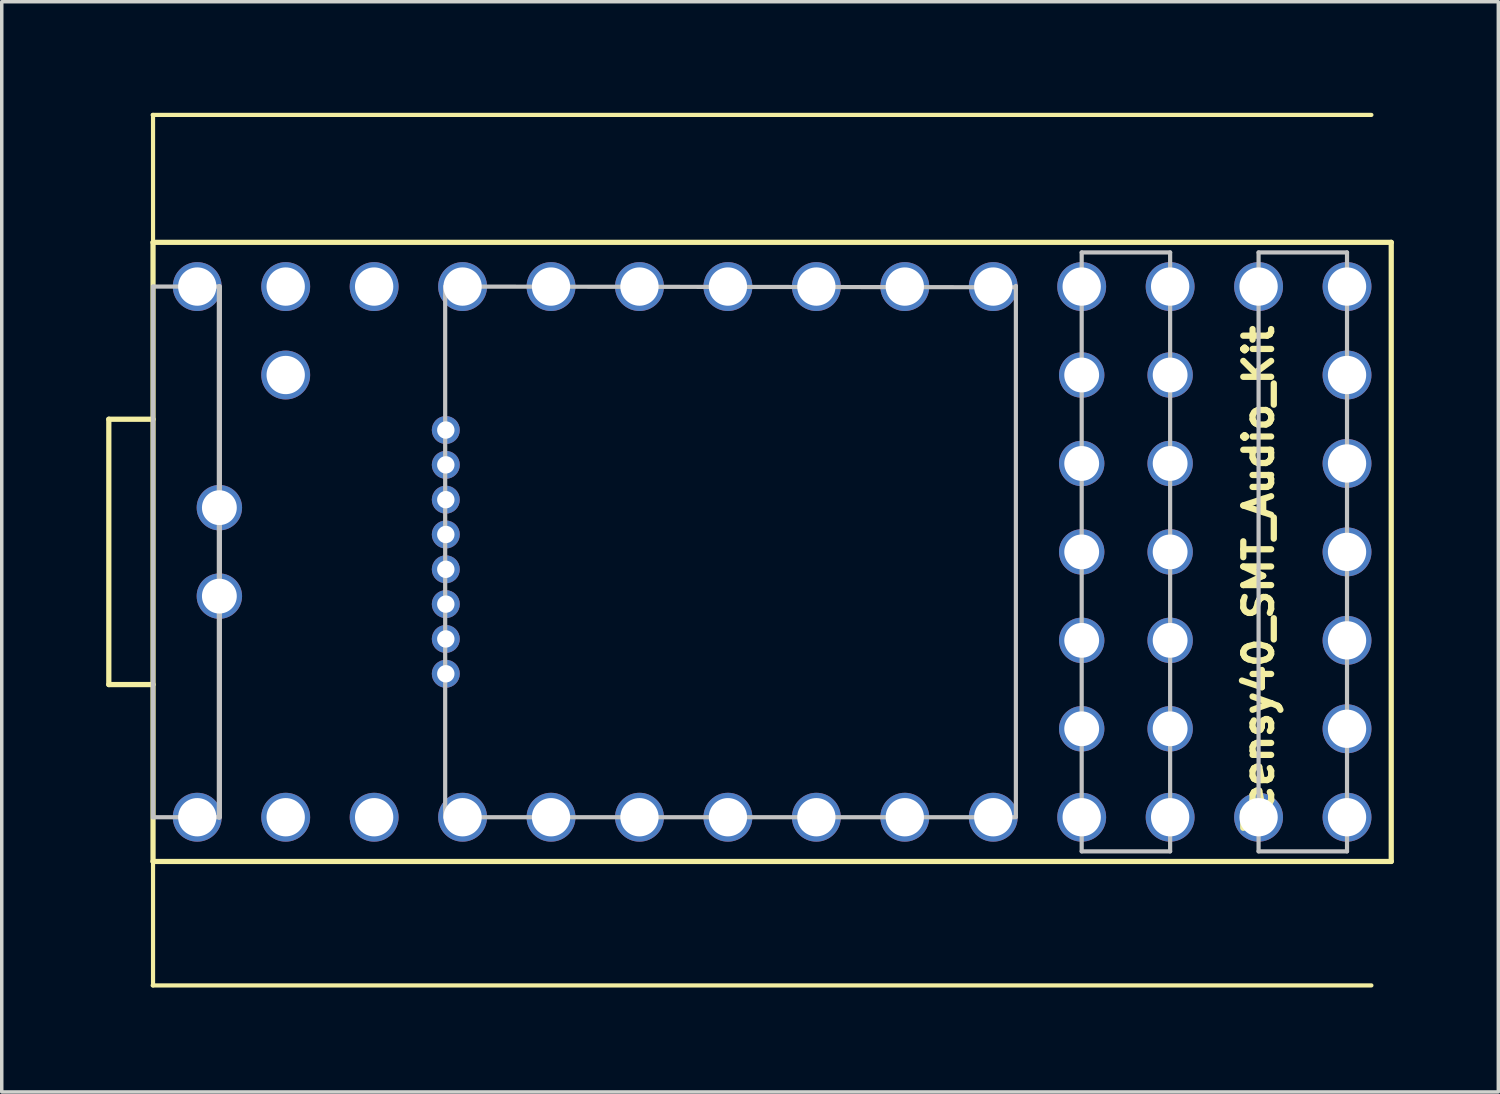
<source format=kicad_pcb>
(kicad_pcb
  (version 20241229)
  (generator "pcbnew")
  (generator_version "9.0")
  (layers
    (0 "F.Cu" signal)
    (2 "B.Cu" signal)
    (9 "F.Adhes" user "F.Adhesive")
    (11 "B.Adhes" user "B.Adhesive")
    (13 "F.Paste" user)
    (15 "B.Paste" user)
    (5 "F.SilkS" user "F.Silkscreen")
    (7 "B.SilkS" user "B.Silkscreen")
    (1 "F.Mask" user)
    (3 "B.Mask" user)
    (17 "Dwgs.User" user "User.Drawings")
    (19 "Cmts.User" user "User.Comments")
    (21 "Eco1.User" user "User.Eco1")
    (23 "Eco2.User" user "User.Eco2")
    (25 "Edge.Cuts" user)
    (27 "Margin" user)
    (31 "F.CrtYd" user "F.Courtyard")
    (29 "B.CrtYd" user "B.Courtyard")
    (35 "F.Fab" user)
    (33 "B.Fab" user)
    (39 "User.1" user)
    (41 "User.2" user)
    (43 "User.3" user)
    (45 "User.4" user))
  (footprint "Teensy40_SMT_Audio_Kit"
    (layer "F.Cu")
    (at 1.335 0.25)
    (property "Reference" "Teensy40_SMT_Audio_Kit" (at 31.76 13.312 90) (layer "F.SilkS") (effects (font (size 0.8 0.8) (thickness 0.18))))
    (attr through_hole)
    (fp_line (start -1.26 8.74) (end -1.26 16.36) (stroke (width 0.15) (type solid)) (layer "F.SilkS"))
    (fp_line (start -1.26 16.36) (end 0.01 16.36) (stroke (width 0.15) (type solid)) (layer "F.SilkS"))
    (fp_line (start 0 0) (end 35 0) (stroke (width 0.12) (type solid)) (layer "F.SilkS"))
    (fp_line (start 0 25) (end 35 25) (stroke (width 0.12) (type solid)) (layer "F.SilkS"))
    (fp_line (start 0.01 3.66) (end 0.01 0) (stroke (width 0.12) (type solid)) (layer "F.SilkS"))
    (fp_line (start 0.01 3.66) (end 0.01 21.44) (stroke (width 0.15) (type solid)) (layer "F.SilkS"))
    (fp_line (start 0.01 8.74) (end -1.26 8.74) (stroke (width 0.15) (type solid)) (layer "F.SilkS"))
    (fp_line (start 0.01 21.44) (end 35.57 21.44) (stroke (width 0.15) (type solid)) (layer "F.SilkS"))
    (fp_line (start 0.01 25) (end 0.01 21.44) (stroke (width 0.12) (type solid)) (layer "F.SilkS"))
    (fp_line (start 35.57 3.66) (end 0.01 3.66) (stroke (width 0.15) (type solid)) (layer "F.SilkS"))
    (fp_line (start 35.57 21.44) (end 35.57 3.66) (stroke (width 0.15) (type solid)) (layer "F.SilkS"))
    (fp_line (start 0.01 4.93) (end 0.01 20.17) (stroke (width 0.12) (type solid)) (layer "Dwgs.User"))
    (fp_line (start 0.01 4.93) (end 1.915 4.93) (stroke (width 0.12) (type solid)) (layer "Dwgs.User"))
    (fp_line (start 0.01 20.17) (end 1.915 20.17) (stroke (width 0.12) (type solid)) (layer "Dwgs.User"))
    (fp_line (start 1.915 4.93) (end 1.915 20.17) (stroke (width 0.15) (type solid)) (layer "Dwgs.User"))
    (fp_line (start 8.4 4.93) (end 8.4 20.17) (stroke (width 0.12) (type solid)) (layer "Dwgs.User"))
    (fp_line (start 8.4 4.93) (end 24.79 4.95) (stroke (width 0.12) (type solid)) (layer "Dwgs.User"))
    (fp_line (start 8.4 20.17) (end 24.79 20.17) (stroke (width 0.12) (type solid)) (layer "Dwgs.User"))
    (fp_line (start 24.79 4.91) (end 24.79 20.15) (stroke (width 0.12) (type solid)) (layer "Dwgs.User"))
    (fp_line (start 26.68 3.95) (end 26.68 21.15) (stroke (width 0.12) (type solid)) (layer "Dwgs.User"))
    (fp_line (start 26.68 21.15) (end 29.22 21.15) (stroke (width 0.12) (type solid)) (layer "Dwgs.User"))
    (fp_line (start 29.22 3.95) (end 26.68 3.95) (stroke (width 0.12) (type solid)) (layer "Dwgs.User"))
    (fp_line (start 29.22 21.15) (end 29.22 3.95) (stroke (width 0.12) (type solid)) (layer "Dwgs.User"))
    (fp_line (start 31.76 3.95) (end 34.3 3.95) (stroke (width 0.12) (type solid)) (layer "Dwgs.User"))
    (fp_line (start 31.76 21.15) (end 31.76 3.95) (stroke (width 0.12) (type solid)) (layer "Dwgs.User"))
    (fp_line (start 34.3 3.95) (end 34.3 21.15) (stroke (width 0.12) (type solid)) (layer "Dwgs.User"))
    (fp_line (start 34.3 21.15) (end 31.76 21.15) (stroke (width 0.12) (type solid)) (layer "Dwgs.User"))
    (fp_poly (pts (xy 0.518 11.788) (xy 3.058 11.788) (xy 3.058 10.772) (xy 0.518 10.772)) (stroke (width 0.1) (type solid)) (fill no) (layer "Eco1.User"))
    (fp_poly (pts (xy 0.518 14.328) (xy 3.058 14.328) (xy 3.058 13.312) (xy 0.518 13.312)) (stroke (width 0.1) (type solid)) (fill no) (layer "Eco1.User"))
    (fp_poly (pts (xy 8.29 8.8) (xy 10.29 8.8) (xy 10.29 9.3) (xy 8.29 9.3)) (stroke (width 0.1) (type solid)) (fill no) (layer "Eco1.User"))
    (fp_poly (pts (xy 8.29 9.8) (xy 10.29 9.8) (xy 10.29 10.3) (xy 8.29 10.3)) (stroke (width 0.1) (type solid)) (fill no) (layer "Eco1.User"))
    (fp_poly (pts (xy 8.29 10.8) (xy 10.29 10.8) (xy 10.29 11.3) (xy 8.29 11.3)) (stroke (width 0.1) (type solid)) (fill no) (layer "Eco1.User"))
    (fp_poly (pts (xy 8.29 11.8) (xy 10.29 11.8) (xy 10.29 12.3) (xy 8.29 12.3)) (stroke (width 0.1) (type solid)) (fill no) (layer "Eco1.User"))
    (fp_poly (pts (xy 8.29 12.8) (xy 10.29 12.8) (xy 10.29 13.3) (xy 8.29 13.3)) (stroke (width 0.1) (type solid)) (fill no) (layer "Eco1.User"))
    (fp_poly (pts (xy 8.29 13.8) (xy 10.29 13.8) (xy 10.29 14.3) (xy 8.29 14.3)) (stroke (width 0.1) (type solid)) (fill no) (layer "Eco1.User"))
    (fp_poly (pts (xy 8.29 14.8) (xy 10.29 14.8) (xy 10.29 15.3) (xy 8.29 15.3)) (stroke (width 0.1) (type solid)) (fill no) (layer "Eco1.User"))
    (fp_poly (pts (xy 8.29 15.8) (xy 10.29 15.8) (xy 10.29 16.3) (xy 8.29 16.3)) (stroke (width 0.1) (type solid)) (fill no) (layer "Eco1.User"))
    (fp_poly (pts (xy 24.648 7.978) (xy 27.188 7.978) (xy 27.188 6.962) (xy 24.648 6.962)) (stroke (width 0.1) (type solid)) (fill no) (layer "Eco1.User"))
    (fp_poly (pts (xy 24.648 10.518) (xy 27.188 10.518) (xy 27.188 9.502) (xy 24.648 9.502)) (stroke (width 0.1) (type solid)) (fill no) (layer "Eco1.User"))
    (fp_poly (pts (xy 24.648 13.058) (xy 27.188 13.058) (xy 27.188 12.042) (xy 24.648 12.042)) (stroke (width 0.1) (type solid)) (fill no) (layer "Eco1.User"))
    (fp_poly (pts (xy 24.648 15.598) (xy 27.188 15.598) (xy 27.188 14.582) (xy 24.648 14.582)) (stroke (width 0.1) (type solid)) (fill no) (layer "Eco1.User"))
    (fp_poly (pts (xy 24.648 18.138) (xy 27.188 18.138) (xy 27.188 17.122) (xy 24.648 17.122)) (stroke (width 0.1) (type solid)) (fill no) (layer "Eco1.User"))
    (fp_poly (pts (xy 28.712 7.978) (xy 31.252 7.978) (xy 31.252 6.962) (xy 28.712 6.962)) (stroke (width 0.1) (type solid)) (fill no) (layer "Eco1.User"))
    (fp_poly (pts (xy 28.712 10.518) (xy 31.252 10.518) (xy 31.252 9.502) (xy 28.712 9.502)) (stroke (width 0.1) (type solid)) (fill no) (layer "Eco1.User"))
    (fp_poly (pts (xy 28.712 13.058) (xy 31.252 13.058) (xy 31.252 12.042) (xy 28.712 12.042)) (stroke (width 0.1) (type solid)) (fill no) (layer "Eco1.User"))
    (fp_poly (pts (xy 28.712 15.598) (xy 31.252 15.598) (xy 31.252 14.582) (xy 28.712 14.582)) (stroke (width 0.1) (type solid)) (fill no) (layer "Eco1.User"))
    (fp_poly (pts (xy 28.712 18.138) (xy 31.252 18.138) (xy 31.252 17.122) (xy 28.712 17.122)) (stroke (width 0.1) (type solid)) (fill no) (layer "Eco1.User"))
    (pad "1" thru_hole circle (at 1.28 20.17) (size 1.404 1.404) (drill 1.1) (layers "*.Cu" "*.Mask"))
    (pad "2" thru_hole circle (at 3.82 20.17) (size 1.404 1.404) (drill 1.1) (layers "*.Cu" "*.Mask"))
    (pad "3" thru_hole circle (at 6.36 20.17) (size 1.404 1.404) (drill 1.1) (layers "*.Cu" "*.Mask"))
    (pad "4" thru_hole circle (at 8.9 20.17) (size 1.404 1.404) (drill 1.1) (layers "*.Cu" "*.Mask"))
    (pad "5" thru_hole circle (at 11.44 20.17) (size 1.404 1.404) (drill 1.1) (layers "*.Cu" "*.Mask"))
    (pad "6" thru_hole circle (at 13.98 20.17) (size 1.404 1.404) (drill 1.1) (layers "*.Cu" "*.Mask"))
    (pad "7" thru_hole circle (at 16.52 20.17) (size 1.404 1.404) (drill 1.1) (layers "*.Cu" "*.Mask"))
    (pad "8" thru_hole circle (at 19.06 20.17) (size 1.404 1.404) (drill 1.1) (layers "*.Cu" "*.Mask"))
    (pad "9" thru_hole circle (at 21.6 20.17) (size 1.404 1.404) (drill 1.1) (layers "*.Cu" "*.Mask"))
    (pad "10" thru_hole circle (at 24.14 20.17) (size 1.404 1.404) (drill 1.1) (layers "*.Cu" "*.Mask"))
    (pad "11" thru_hole circle (at 26.68 20.17) (size 1.404 1.404) (drill 1.1) (layers "*.Cu" "*.Mask"))
    (pad "12" thru_hole circle (at 29.22 20.17) (size 1.404 1.404) (drill 1.1) (layers "*.Cu" "*.Mask"))
    (pad "13" thru_hole circle (at 31.76 20.17) (size 1.404 1.404) (drill 1.1) (layers "*.Cu" "*.Mask"))
    (pad "14" thru_hole circle (at 34.3 20.17) (size 1.404 1.404) (drill 1.1) (layers "*.Cu" "*.Mask"))
    (pad "15" thru_hole circle (at 34.3 17.63) (size 1.404 1.404) (drill 1.1) (layers "*.Cu" "*.Mask"))
    (pad "16" thru_hole circle (at 34.3 15.09) (size 1.404 1.404) (drill 1.1) (layers "*.Cu" "*.Mask"))
    (pad "17" thru_hole circle (at 34.3 12.55) (size 1.404 1.404) (drill 1.1) (layers "*.Cu" "*.Mask"))
    (pad "18" thru_hole circle (at 34.3 10.01) (size 1.404 1.404) (drill 1.1) (layers "*.Cu" "*.Mask"))
    (pad "19" thru_hole circle (at 34.3 7.47) (size 1.404 1.404) (drill 1.1) (layers "*.Cu" "*.Mask"))
    (pad "20" thru_hole circle (at 34.3 4.93) (size 1.404 1.404) (drill 1.1) (layers "*.Cu" "*.Mask"))
    (pad "21" thru_hole circle (at 31.76 4.93) (size 1.404 1.404) (drill 1.1) (layers "*.Cu" "*.Mask"))
    (pad "22" thru_hole circle (at 29.22 4.93) (size 1.404 1.404) (drill 1.1) (layers "*.Cu" "*.Mask"))
    (pad "23" thru_hole circle (at 26.68 4.93) (size 1.404 1.404) (drill 1.1) (layers "*.Cu" "*.Mask"))
    (pad "24" thru_hole circle (at 24.14 4.93) (size 1.404 1.404) (drill 1.1) (layers "*.Cu" "*.Mask"))
    (pad "25" thru_hole circle (at 21.6 4.93) (size 1.404 1.404) (drill 1.1) (layers "*.Cu" "*.Mask"))
    (pad "26" thru_hole circle (at 19.06 4.93) (size 1.404 1.404) (drill 1.1) (layers "*.Cu" "*.Mask"))
    (pad "27" thru_hole circle (at 16.52 4.93) (size 1.404 1.404) (drill 1.1) (layers "*.Cu" "*.Mask"))
    (pad "28" thru_hole circle (at 13.98 4.93) (size 1.404 1.404) (drill 1.1) (layers "*.Cu" "*.Mask"))
    (pad "29" thru_hole circle (at 11.44 4.93) (size 1.404 1.404) (drill 1.1) (layers "*.Cu" "*.Mask"))
    (pad "30" thru_hole circle (at 8.9 4.93) (size 1.404 1.404) (drill 1.1) (layers "*.Cu" "*.Mask"))
    (pad "31" thru_hole circle (at 6.36 4.93) (size 1.404 1.404) (drill 1.1) (layers "*.Cu" "*.Mask"))
    (pad "32" thru_hole circle (at 3.82 4.93) (size 1.404 1.404) (drill 1.1) (layers "*.Cu" "*.Mask"))
    (pad "33" thru_hole circle (at 1.28 4.93) (size 1.404 1.404) (drill 1.1) (layers "*.Cu" "*.Mask"))
    (pad "34" thru_hole circle (at 3.82 7.47) (size 1.404 1.404) (drill 1.1) (layers "*.Cu" "*.Mask"))
    (pad "35" thru_hole circle (at 29.22 7.47) (size 1.304 1.304) (drill 1) (layers "*.Cu" "*.Mask"))
    (pad "36" thru_hole circle (at 26.68 7.47) (size 1.304 1.304) (drill 1) (layers "*.Cu" "*.Mask"))
    (pad "37" thru_hole circle (at 29.22 10.01) (size 1.304 1.304) (drill 1) (layers "*.Cu" "*.Mask"))
    (pad "38" thru_hole circle (at 26.68 10.01) (size 1.304 1.304) (drill 1) (layers "*.Cu" "*.Mask"))
    (pad "39" thru_hole circle (at 29.22 12.55) (size 1.304 1.304) (drill 1) (layers "*.Cu" "*.Mask"))
    (pad "40" thru_hole circle (at 26.68 12.55) (size 1.304 1.304) (drill 1) (layers "*.Cu" "*.Mask"))
    (pad "41" thru_hole circle (at 29.22 15.09) (size 1.304 1.304) (drill 1) (layers "*.Cu" "*.Mask"))
    (pad "42" thru_hole circle (at 26.68 15.09) (size 1.304 1.304) (drill 1) (layers "*.Cu" "*.Mask"))
    (pad "43" thru_hole circle (at 29.22 17.63) (size 1.304 1.304) (drill 1) (layers "*.Cu" "*.Mask"))
    (pad "44" thru_hole circle (at 26.68 17.63) (size 1.304 1.304) (drill 1) (layers "*.Cu" "*.Mask"))
    (pad "45" thru_hole circle (at 8.418 9.05) (size 0.804 0.804) (drill 0.5) (layers "*.Cu" "*.Mask"))
    (pad "46" thru_hole circle (at 8.418 10.05) (size 0.804 0.804) (drill 0.5) (layers "*.Cu" "*.Mask"))
    (pad "47" thru_hole circle (at 8.418 11.05) (size 0.804 0.804) (drill 0.5) (layers "*.Cu" "*.Mask"))
    (pad "48" thru_hole circle (at 8.418 12.05) (size 0.804 0.804) (drill 0.5) (layers "*.Cu" "*.Mask"))
    (pad "49" thru_hole circle (at 8.418 13.05) (size 0.804 0.804) (drill 0.5) (layers "*.Cu" "*.Mask"))
    (pad "50" thru_hole circle (at 8.418 14.05) (size 0.804 0.804) (drill 0.5) (layers "*.Cu" "*.Mask"))
    (pad "51" thru_hole circle (at 8.418 15.05) (size 0.804 0.804) (drill 0.5) (layers "*.Cu" "*.Mask"))
    (pad "52" thru_hole circle (at 8.418 16.05) (size 0.804 0.804) (drill 0.5) (layers "*.Cu" "*.Mask"))
    (pad "53" thru_hole circle (at 1.915 11.28) (size 1.304 1.304) (drill 1) (layers "*.Cu" "*.Mask"))
    (pad "54" thru_hole circle (at 1.915 13.82) (size 1.304 1.304) (drill 1) (layers "*.Cu" "*.Mask")))
  (gr_rect
    (start -3 -3)
    (end 39.98 28.31)
    (stroke (width 0.1) (type default))
    (fill no)
    (layer "Edge.Cuts")))
</source>
